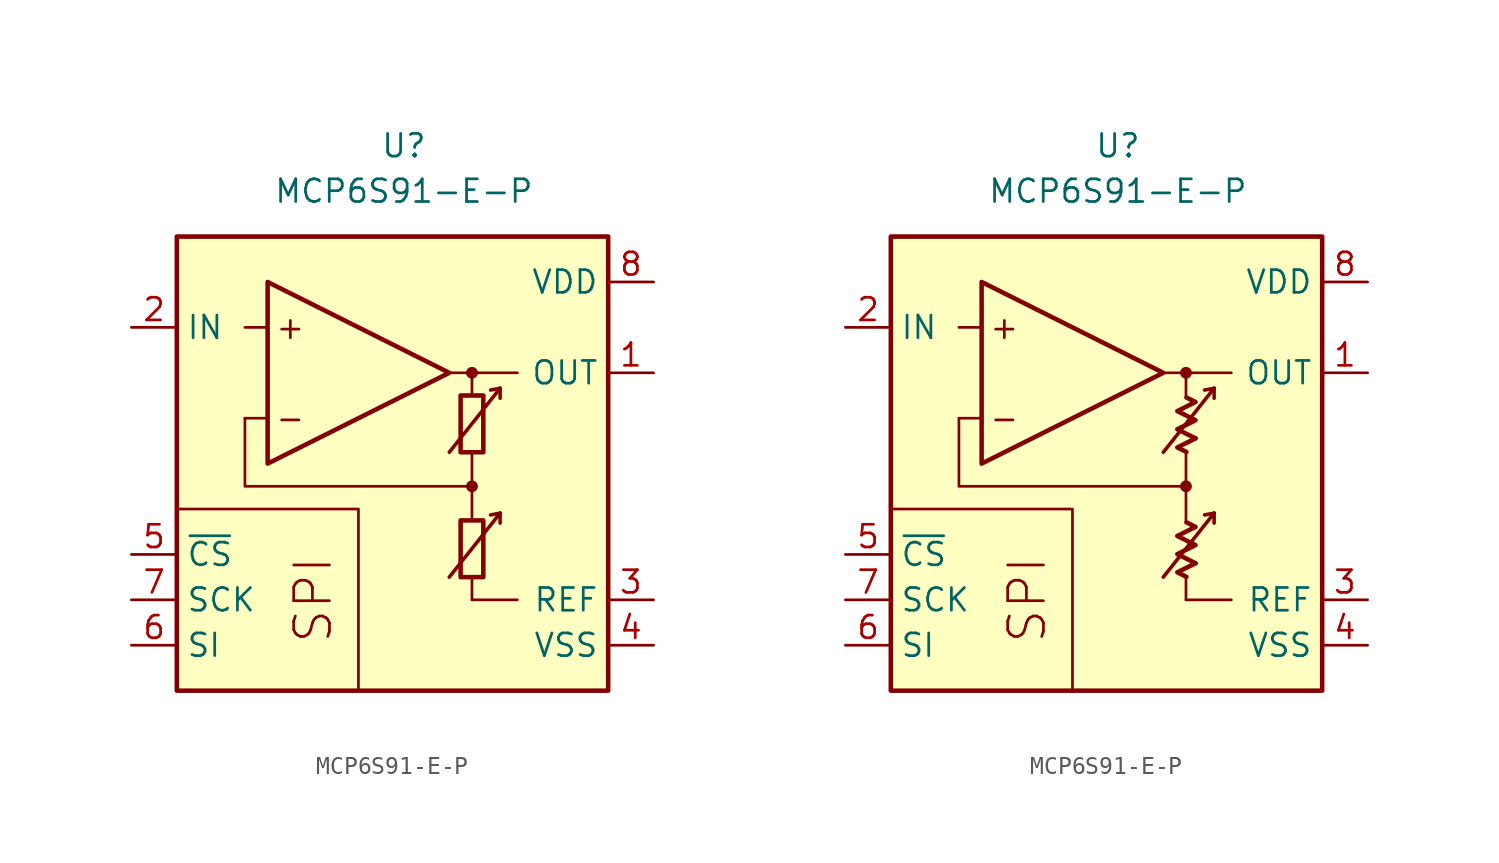
<source format=kicad_sym>
(kicad_symbol_lib
  (version 20231120)
  (generator "kicad_symbol_editor")
  (generator_version "8.0")
  (symbol "MCP6S91-E-P"
    (property "Reference" "U"
      (at 0 17.78 0)
      (effects (font (size 1.27 1.27))))
    (property "Value" "MCP6S91-E-P"
      (at 0 15.24 0)
      (effects (font (size 1.27 1.27))))
    (symbol "MCP6S91-E-P_0_0"
      (rectangle (start -12.7 12.7) (end 11.43 -12.7) (stroke (width 0.254) (type default)) (fill (type background)))
      (polyline (pts (xy 3.81 -3.81)) (stroke (width 0.152) (type default)) (fill (type none)))
      (polyline (pts (xy 3.81 -3.81)) (stroke (width 0.152) (type default)) (fill (type none)))
      (polyline (pts (xy 3.81 -3.175)) (stroke (width 0.152) (type default)) (fill (type none)))
      (polyline (pts (xy 3.81 3.175)) (stroke (width 0.152) (type default)) (fill (type none)))
      (polyline (pts (xy 3.81 3.81)) (stroke (width 0.152) (type default)) (fill (type none)))
      (polyline (pts (xy 3.81 3.81)) (stroke (width 0.152) (type default)) (fill (type none)))
      (polyline (pts (xy -7.62 2.54) (xy -8.89 2.54)) (stroke (width 0.152) (type default)) (fill (type none)))
      (polyline (pts (xy -7.62 7.62) (xy -8.89 7.62)) (stroke (width 0.152) (type default)) (fill (type none)))
      (polyline (pts (xy 2.54 5.08) (xy 6.35 5.08)) (stroke (width 0.152) (type default)) (fill (type none)))
      (polyline (pts (xy 3.81 -6.35) (xy 3.81 -7.62)) (stroke (width 0.152) (type default)) (fill (type none)))
      (polyline (pts (xy 3.81 -1.27) (xy 3.81 -3.175)) (stroke (width 0.152) (type default)) (fill (type none)))
      (polyline (pts (xy 3.81 0.635) (xy 3.81 -1.27)) (stroke (width 0.152) (type default)) (fill (type none)))
      (polyline (pts (xy 3.81 5.08) (xy 3.81 3.81)) (stroke (width 0.152) (type default)) (fill (type none)))
      (polyline (pts (xy -2.54 -12.7) (xy -2.54 -2.54) (xy -12.7 -2.54)) (stroke (width 0.152) (type default)) (fill (type none)))
      (polyline (pts (xy 3.81 -1.27) (xy -8.89 -1.27) (xy -8.89 2.54)) (stroke (width 0.152) (type default)) (fill (type none)))
      (circle (center 3.81 -1.27) (radius 0.254) (stroke (width 0.152) (type default)) (fill (type outline)))
      (circle (center 3.81 5.08) (radius 0.254) (stroke (width 0.152) (type default)) (fill (type outline)))
      (text "+" (at -6.35 7.62 0) (effects (font (size 1.27 1.27))))
      (text "-" (at -6.35 2.54 0) (effects (font (size 1.27 1.27))))
      (text "SPI" (at -5.08 -7.62 900) (effects (font (size 2 2)))))
    (symbol "MCP6S91-E-P_0_1"
      (rectangle (start 3.175 -3.175) (end 4.445 -6.35) (stroke (width 0.254) (type default)) (fill (type none)))
      (rectangle (start 3.175 3.81) (end 4.445 0.635) (stroke (width 0.254) (type default)) (fill (type none))))
    (symbol "MCP6S91-E-P_0_2"
      (polyline (pts (xy 4.343 -5.572) (xy 3.326 -6.08) (xy 3.834 -6.333)) (stroke (width 0.254) (type default)) (fill (type none)))
      (polyline (pts (xy 4.343 1.413) (xy 3.326 0.905) (xy 3.834 0.651)) (stroke (width 0.254) (type default)) (fill (type none)))
      (polyline (pts (xy 3.834 -3.285) (xy 4.343 -3.539) (xy 3.326 -4.048) (xy 4.343 -4.556) (xy 3.326 -5.064) (xy 4.343 -5.572)) (stroke (width 0.254) (type default)) (fill (type none)))
      (polyline (pts (xy 3.834 3.7) (xy 4.343 3.446) (xy 3.326 2.938) (xy 4.343 2.429) (xy 3.326 1.921) (xy 4.343 1.413)) (stroke (width 0.254) (type default)) (fill (type none))))
    (symbol "MCP6S91-E-P_1_0"
      (polyline (pts (xy 3.81 -7.62) (xy 6.35 -7.62)) (stroke (width 0) (type default)) (fill (type none)))
      (polyline (pts (xy 5.385 -2.769) (xy 4.851 -2.87)) (stroke (width 0.2) (type default)) (fill (type none)))
      (polyline (pts (xy 5.385 -2.769) (xy 5.385 -3.327)) (stroke (width 0.2) (type default)) (fill (type none)))
      (polyline (pts (xy 5.385 4.216) (xy 4.851 4.115)) (stroke (width 0.2) (type default)) (fill (type none)))
      (polyline (pts (xy 5.385 4.216) (xy 5.385 3.658)) (stroke (width 0.2) (type default)) (fill (type none)))
      (polyline (pts (xy -7.62 10.16) (xy -7.62 0) (xy 2.54 5.08) (xy -7.62 10.16)) (stroke (width 0.254) (type default)) (fill (type background)))
      (polyline (pts (xy 2.54 -6.35) (xy 5.385 -2.769) (xy 5.385 -2.769) (xy 5.385 -2.769)) (stroke (width 0.2) (type default)) (fill (type none)))
      (polyline (pts (xy 2.54 0.635) (xy 5.385 4.216) (xy 5.385 4.216) (xy 5.385 4.216)) (stroke (width 0.2) (type default)) (fill (type none))))
    (symbol "MCP6S91-E-P_1_1"
      (pin output line (at 13.97 5.08 180) (length 2.54) (name "OUT" (effects (font (size 1.27 1.27)))) (number "1" (effects (font (size 1.27 1.27)))))
      (pin input line (at -15.24 7.62 0) (length 2.54) (name "IN" (effects (font (size 1.27 1.27)))) (number "2" (effects (font (size 1.27 1.27)))))
      (pin passive line (at 13.97 -7.62 180) (length 2.54) (name "REF" (effects (font (size 1.27 1.27)))) (number "3" (effects (font (size 1.27 1.27)))))
      (pin power_in line (at 13.97 -10.16 180) (length 2.54) (name "VSS" (effects (font (size 1.27 1.27)))) (number "4" (effects (font (size 1.27 1.27)))))
      (pin input line (at -15.24 -5.08 0) (length 2.54) (name "~{CS}" (effects (font (size 1.27 1.27)))) (number "5" (effects (font (size 1.27 1.27)))))
      (pin input line (at -15.24 -10.16 0) (length 2.54) (name "SI" (effects (font (size 1.27 1.27)))) (number "6" (effects (font (size 1.27 1.27)))))
      (pin input line (at -15.24 -7.62 0) (length 2.54) (name "SCK" (effects (font (size 1.27 1.27)))) (number "7" (effects (font (size 1.27 1.27)))))
      (pin power_in line (at 13.97 10.16 180) (length 2.54) (name "VDD" (effects (font (size 1.27 1.27)))) (number "8" (effects (font (size 1.27 1.27))))))
    (symbol "MCP6S91-E-P_1_2"
      (pin output line (at 13.97 5.08 180) (length 2.54) (name "OUT" (effects (font (size 1.27 1.27)))) (number "1" (effects (font (size 1.27 1.27)))))
      (pin input line (at -15.24 7.62 0) (length 2.54) (name "IN" (effects (font (size 1.27 1.27)))) (number "2" (effects (font (size 1.27 1.27)))))
      (pin passive line (at 13.97 -7.62 180) (length 2.54) (name "REF" (effects (font (size 1.27 1.27)))) (number "3" (effects (font (size 1.27 1.27)))))
      (pin power_in line (at 13.97 -10.16 180) (length 2.54) (name "VSS" (effects (font (size 1.27 1.27)))) (number "4" (effects (font (size 1.27 1.27)))))
      (pin input line (at -15.24 -5.08 0) (length 2.54) (name "~{CS}" (effects (font (size 1.27 1.27)))) (number "5" (effects (font (size 1.27 1.27)))))
      (pin input line (at -15.24 -10.16 0) (length 2.54) (name "SI" (effects (font (size 1.27 1.27)))) (number "6" (effects (font (size 1.27 1.27)))))
      (pin input line (at -15.24 -7.62 0) (length 2.54) (name "SCK" (effects (font (size 1.27 1.27)))) (number "7" (effects (font (size 1.27 1.27)))))
      (pin power_in line (at 13.97 10.16 180) (length 2.54) (name "VDD" (effects (font (size 1.27 1.27)))) (number "8" (effects (font (size 1.27 1.27))))))))
</source>
